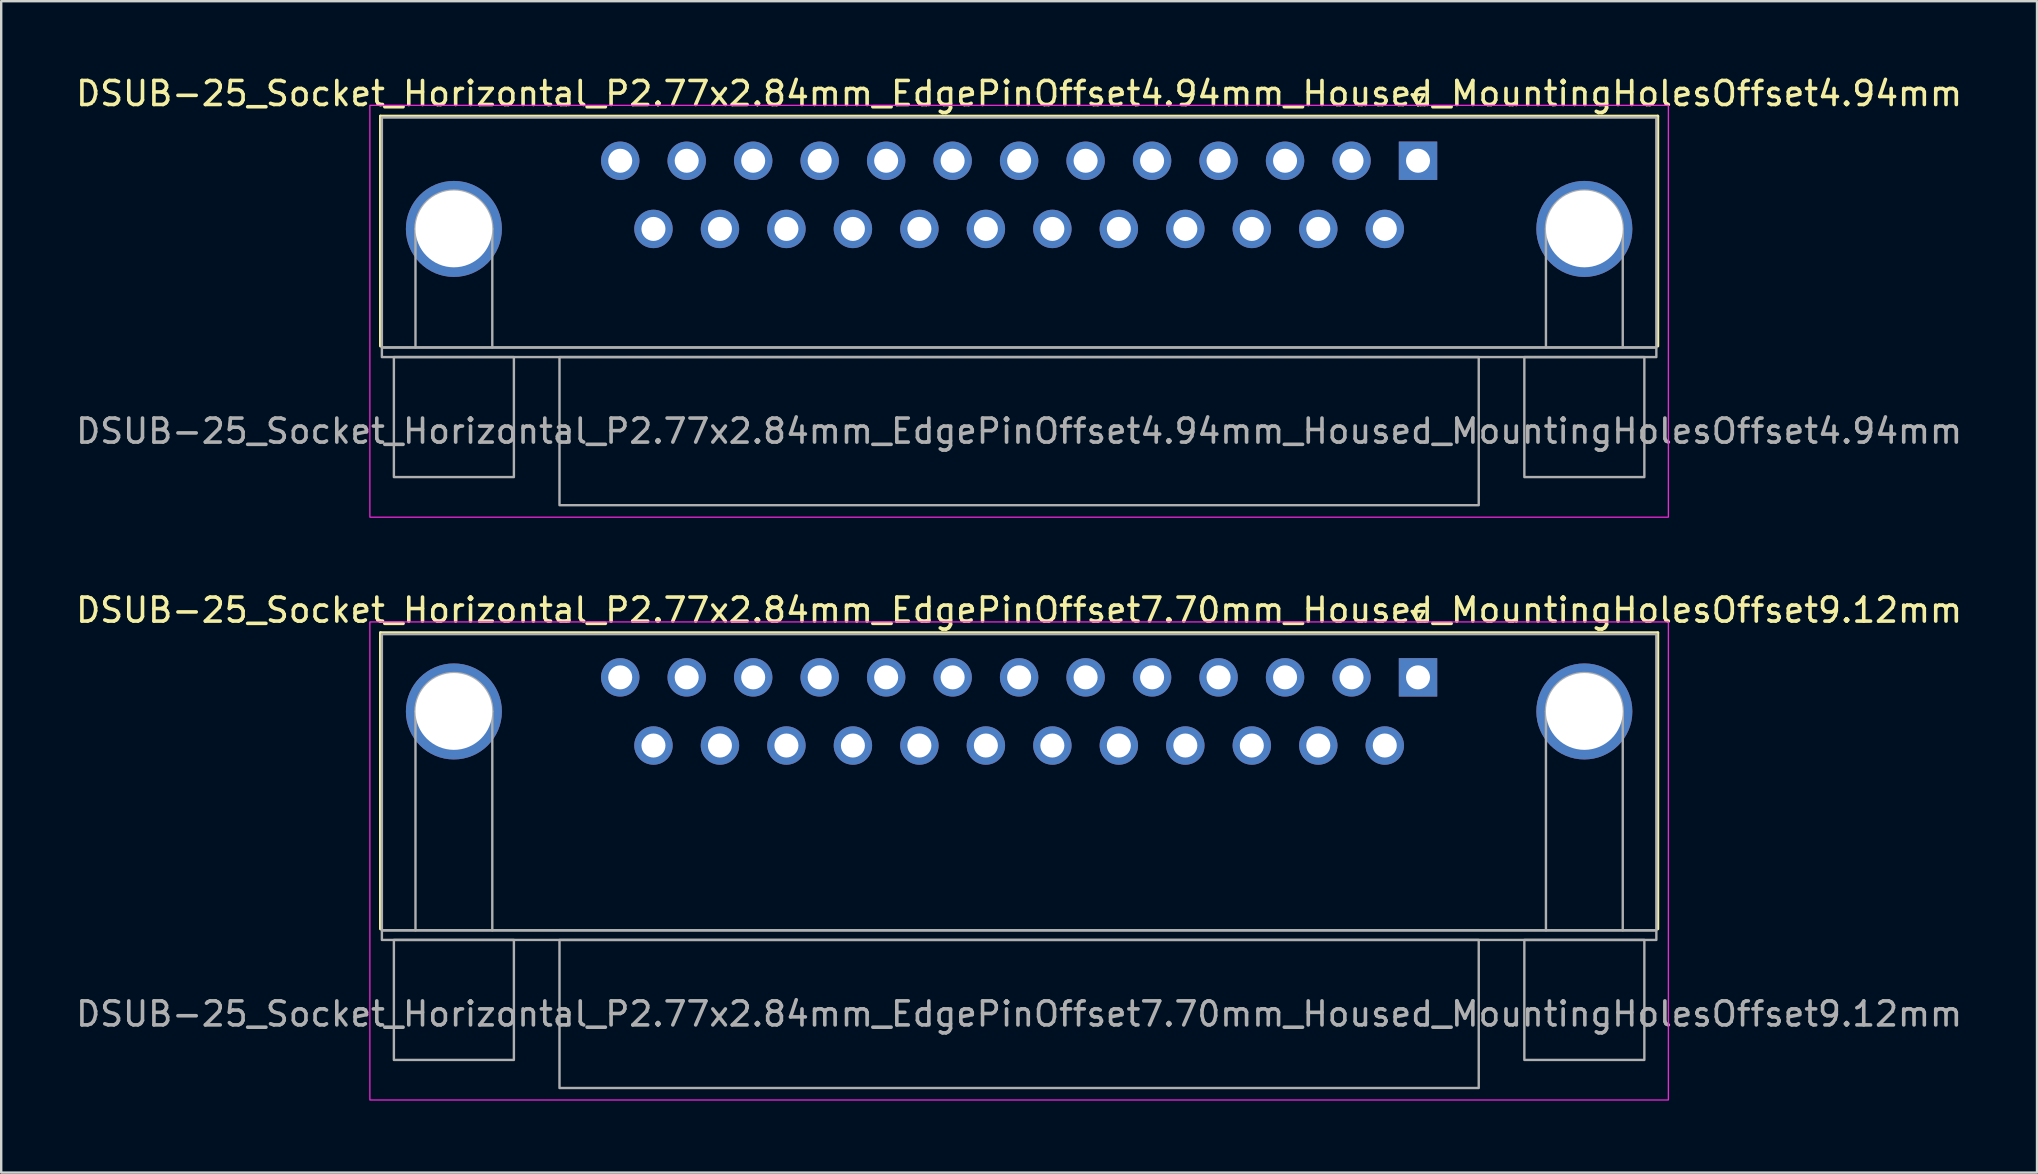
<source format=kicad_pcb>
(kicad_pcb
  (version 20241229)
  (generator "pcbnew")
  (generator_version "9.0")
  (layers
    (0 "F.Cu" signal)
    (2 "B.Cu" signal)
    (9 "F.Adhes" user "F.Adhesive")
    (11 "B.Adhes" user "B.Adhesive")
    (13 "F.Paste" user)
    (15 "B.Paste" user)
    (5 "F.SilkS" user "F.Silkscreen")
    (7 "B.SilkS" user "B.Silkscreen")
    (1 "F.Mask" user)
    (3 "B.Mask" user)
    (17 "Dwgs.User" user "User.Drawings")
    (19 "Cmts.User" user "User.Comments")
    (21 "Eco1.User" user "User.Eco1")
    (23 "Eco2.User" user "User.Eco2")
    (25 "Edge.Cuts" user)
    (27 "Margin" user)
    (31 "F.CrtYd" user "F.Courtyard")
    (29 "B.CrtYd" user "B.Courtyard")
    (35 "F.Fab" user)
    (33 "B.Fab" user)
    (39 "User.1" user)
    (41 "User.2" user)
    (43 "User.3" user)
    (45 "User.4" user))
  (footprint "DSUB-25_Socket_Horizontal_P2.77x2.84mm_EdgePinOffset4.94mm_Housed_MountingHolesOffset4.94mm"
    (layer "F.Cu")
    (at 56.031 3.648)
    (property "Reference" "DSUB-25_Socket_Horizontal_P2.77x2.84mm_EdgePinOffset4.94mm_Housed_MountingHolesOffset4.94mm" (at -16.62 -2.8 0) (layer "F.SilkS") (effects (font (size 1 1) (thickness 0.15))))
    (attr through_hole)
    (fp_line (start -43.23 -1.86) (end 9.99 -1.86) (stroke (width 0.12) (type solid)) (layer "F.SilkS"))
    (fp_line (start -43.23 7.72) (end -43.23 -1.86) (stroke (width 0.12) (type solid)) (layer "F.SilkS"))
    (fp_line (start -0.25 -2.754) (end 0.25 -2.754) (stroke (width 0.12) (type solid)) (layer "F.SilkS"))
    (fp_line (start 0 -2.321) (end -0.25 -2.754) (stroke (width 0.12) (type solid)) (layer "F.SilkS"))
    (fp_line (start 0.25 -2.754) (end 0 -2.321) (stroke (width 0.12) (type solid)) (layer "F.SilkS"))
    (fp_line (start 9.99 -1.86) (end 9.99 7.72) (stroke (width 0.12) (type solid)) (layer "F.SilkS"))
    (fp_rect (start -43.67 -2.31) (end 10.43 14.85) (stroke (width 0.05) (type solid)) (fill no) (layer "F.CrtYd"))
    (fp_line (start -41.77 7.78) (end -41.77 2.84) (stroke (width 0.1) (type solid)) (layer "F.Fab"))
    (fp_line (start -38.57 7.78) (end -38.57 2.84) (stroke (width 0.1) (type solid)) (layer "F.Fab"))
    (fp_line (start 5.33 7.78) (end 5.33 2.84) (stroke (width 0.1) (type solid)) (layer "F.Fab"))
    (fp_line (start 8.53 7.78) (end 8.53 2.84) (stroke (width 0.1) (type solid)) (layer "F.Fab"))
    (fp_rect (start -43.17 -1.8) (end 9.93 7.78) (stroke (width 0.1) (type solid)) (fill no) (layer "F.Fab"))
    (fp_rect (start -43.17 7.78) (end 9.93 8.18) (stroke (width 0.1) (type solid)) (fill no) (layer "F.Fab"))
    (fp_rect (start -42.67 8.18) (end -37.67 13.18) (stroke (width 0.1) (type solid)) (fill no) (layer "F.Fab"))
    (fp_rect (start -35.77 8.18) (end 2.53 14.35) (stroke (width 0.1) (type solid)) (fill no) (layer "F.Fab"))
    (fp_rect (start 4.43 8.18) (end 9.43 13.18) (stroke (width 0.1) (type solid)) (fill no) (layer "F.Fab"))
    (fp_arc (start -41.77 2.84) (mid -40.17 1.24) (end -38.57 2.84) (stroke (width 0.1) (type solid)) (layer "F.Fab"))
    (fp_arc (start 5.33 2.84) (mid 6.93 1.24) (end 8.53 2.84) (stroke (width 0.1) (type solid)) (layer "F.Fab"))
    (fp_text user "${REFERENCE}" (at -16.62 11.265 0) (layer "F.Fab") (effects (font (size 1 1) (thickness 0.15))))
    (pad "1" thru_hole rect (at 0 0) (size 1.6 1.6) (drill 1) (layers "*.Cu" "*.Mask"))
    (pad "2" thru_hole circle (at -2.77 0) (size 1.6 1.6) (drill 1) (layers "*.Cu" "*.Mask"))
    (pad "3" thru_hole circle (at -5.54 0) (size 1.6 1.6) (drill 1) (layers "*.Cu" "*.Mask"))
    (pad "4" thru_hole circle (at -8.31 0) (size 1.6 1.6) (drill 1) (layers "*.Cu" "*.Mask"))
    (pad "5" thru_hole circle (at -11.08 0) (size 1.6 1.6) (drill 1) (layers "*.Cu" "*.Mask"))
    (pad "6" thru_hole circle (at -13.85 0) (size 1.6 1.6) (drill 1) (layers "*.Cu" "*.Mask"))
    (pad "7" thru_hole circle (at -16.62 0) (size 1.6 1.6) (drill 1) (layers "*.Cu" "*.Mask"))
    (pad "8" thru_hole circle (at -19.39 0) (size 1.6 1.6) (drill 1) (layers "*.Cu" "*.Mask"))
    (pad "9" thru_hole circle (at -22.16 0) (size 1.6 1.6) (drill 1) (layers "*.Cu" "*.Mask"))
    (pad "10" thru_hole circle (at -24.93 0) (size 1.6 1.6) (drill 1) (layers "*.Cu" "*.Mask"))
    (pad "11" thru_hole circle (at -27.7 0) (size 1.6 1.6) (drill 1) (layers "*.Cu" "*.Mask"))
    (pad "12" thru_hole circle (at -30.47 0) (size 1.6 1.6) (drill 1) (layers "*.Cu" "*.Mask"))
    (pad "13" thru_hole circle (at -33.24 0) (size 1.6 1.6) (drill 1) (layers "*.Cu" "*.Mask"))
    (pad "14" thru_hole circle (at -1.385 2.84) (size 1.6 1.6) (drill 1) (layers "*.Cu" "*.Mask"))
    (pad "15" thru_hole circle (at -4.155 2.84) (size 1.6 1.6) (drill 1) (layers "*.Cu" "*.Mask"))
    (pad "16" thru_hole circle (at -6.925 2.84) (size 1.6 1.6) (drill 1) (layers "*.Cu" "*.Mask"))
    (pad "17" thru_hole circle (at -9.695 2.84) (size 1.6 1.6) (drill 1) (layers "*.Cu" "*.Mask"))
    (pad "18" thru_hole circle (at -12.465 2.84) (size 1.6 1.6) (drill 1) (layers "*.Cu" "*.Mask"))
    (pad "19" thru_hole circle (at -15.235 2.84) (size 1.6 1.6) (drill 1) (layers "*.Cu" "*.Mask"))
    (pad "20" thru_hole circle (at -18.005 2.84) (size 1.6 1.6) (drill 1) (layers "*.Cu" "*.Mask"))
    (pad "21" thru_hole circle (at -20.775 2.84) (size 1.6 1.6) (drill 1) (layers "*.Cu" "*.Mask"))
    (pad "22" thru_hole circle (at -23.545 2.84) (size 1.6 1.6) (drill 1) (layers "*.Cu" "*.Mask"))
    (pad "23" thru_hole circle (at -26.315 2.84) (size 1.6 1.6) (drill 1) (layers "*.Cu" "*.Mask"))
    (pad "24" thru_hole circle (at -29.085 2.84) (size 1.6 1.6) (drill 1) (layers "*.Cu" "*.Mask"))
    (pad "25" thru_hole circle (at -31.855 2.84) (size 1.6 1.6) (drill 1) (layers "*.Cu" "*.Mask"))
    (pad "SH" thru_hole circle (at -40.17 2.84) (size 4 4) (drill 3.2) (layers "*.Cu" "*.Mask"))
    (pad "SH" thru_hole circle (at 6.93 2.84) (size 4 4) (drill 3.2) (layers "*.Cu" "*.Mask")))
  (footprint "DSUB-25_Socket_Horizontal_P2.77x2.84mm_EdgePinOffset7.70mm_Housed_MountingHolesOffset9.12mm"
    (layer "F.Cu")
    (at 56.031 25.172)
    (property "Reference" "DSUB-25_Socket_Horizontal_P2.77x2.84mm_EdgePinOffset7.70mm_Housed_MountingHolesOffset9.12mm" (at -16.62 -2.8 0) (layer "F.SilkS") (effects (font (size 1 1) (thickness 0.15))))
    (attr through_hole)
    (fp_line (start -43.23 -1.86) (end 9.99 -1.86) (stroke (width 0.12) (type solid)) (layer "F.SilkS"))
    (fp_line (start -43.23 10.48) (end -43.23 -1.86) (stroke (width 0.12) (type solid)) (layer "F.SilkS"))
    (fp_line (start -0.25 -2.754) (end 0.25 -2.754) (stroke (width 0.12) (type solid)) (layer "F.SilkS"))
    (fp_line (start 0 -2.321) (end -0.25 -2.754) (stroke (width 0.12) (type solid)) (layer "F.SilkS"))
    (fp_line (start 0.25 -2.754) (end 0 -2.321) (stroke (width 0.12) (type solid)) (layer "F.SilkS"))
    (fp_line (start 9.99 -1.86) (end 9.99 10.48) (stroke (width 0.12) (type solid)) (layer "F.SilkS"))
    (fp_rect (start -43.67 -2.31) (end 10.43 17.61) (stroke (width 0.05) (type solid)) (fill no) (layer "F.CrtYd"))
    (fp_line (start -41.77 10.54) (end -41.77 1.42) (stroke (width 0.1) (type solid)) (layer "F.Fab"))
    (fp_line (start -38.57 10.54) (end -38.57 1.42) (stroke (width 0.1) (type solid)) (layer "F.Fab"))
    (fp_line (start 5.33 10.54) (end 5.33 1.42) (stroke (width 0.1) (type solid)) (layer "F.Fab"))
    (fp_line (start 8.53 10.54) (end 8.53 1.42) (stroke (width 0.1) (type solid)) (layer "F.Fab"))
    (fp_rect (start -43.17 -1.8) (end 9.93 10.54) (stroke (width 0.1) (type solid)) (fill no) (layer "F.Fab"))
    (fp_rect (start -43.17 10.54) (end 9.93 10.94) (stroke (width 0.1) (type solid)) (fill no) (layer "F.Fab"))
    (fp_rect (start -42.67 10.94) (end -37.67 15.94) (stroke (width 0.1) (type solid)) (fill no) (layer "F.Fab"))
    (fp_rect (start -35.77 10.94) (end 2.53 17.11) (stroke (width 0.1) (type solid)) (fill no) (layer "F.Fab"))
    (fp_rect (start 4.43 10.94) (end 9.43 15.94) (stroke (width 0.1) (type solid)) (fill no) (layer "F.Fab"))
    (fp_arc (start -41.77 1.42) (mid -40.17 -0.18) (end -38.57 1.42) (stroke (width 0.1) (type solid)) (layer "F.Fab"))
    (fp_arc (start 5.33 1.42) (mid 6.93 -0.18) (end 8.53 1.42) (stroke (width 0.1) (type solid)) (layer "F.Fab"))
    (fp_text user "${REFERENCE}" (at -16.62 14.025 0) (layer "F.Fab") (effects (font (size 1 1) (thickness 0.15))))
    (pad "1" thru_hole rect (at 0 0) (size 1.6 1.6) (drill 1) (layers "*.Cu" "*.Mask"))
    (pad "2" thru_hole circle (at -2.77 0) (size 1.6 1.6) (drill 1) (layers "*.Cu" "*.Mask"))
    (pad "3" thru_hole circle (at -5.54 0) (size 1.6 1.6) (drill 1) (layers "*.Cu" "*.Mask"))
    (pad "4" thru_hole circle (at -8.31 0) (size 1.6 1.6) (drill 1) (layers "*.Cu" "*.Mask"))
    (pad "5" thru_hole circle (at -11.08 0) (size 1.6 1.6) (drill 1) (layers "*.Cu" "*.Mask"))
    (pad "6" thru_hole circle (at -13.85 0) (size 1.6 1.6) (drill 1) (layers "*.Cu" "*.Mask"))
    (pad "7" thru_hole circle (at -16.62 0) (size 1.6 1.6) (drill 1) (layers "*.Cu" "*.Mask"))
    (pad "8" thru_hole circle (at -19.39 0) (size 1.6 1.6) (drill 1) (layers "*.Cu" "*.Mask"))
    (pad "9" thru_hole circle (at -22.16 0) (size 1.6 1.6) (drill 1) (layers "*.Cu" "*.Mask"))
    (pad "10" thru_hole circle (at -24.93 0) (size 1.6 1.6) (drill 1) (layers "*.Cu" "*.Mask"))
    (pad "11" thru_hole circle (at -27.7 0) (size 1.6 1.6) (drill 1) (layers "*.Cu" "*.Mask"))
    (pad "12" thru_hole circle (at -30.47 0) (size 1.6 1.6) (drill 1) (layers "*.Cu" "*.Mask"))
    (pad "13" thru_hole circle (at -33.24 0) (size 1.6 1.6) (drill 1) (layers "*.Cu" "*.Mask"))
    (pad "14" thru_hole circle (at -1.385 2.84) (size 1.6 1.6) (drill 1) (layers "*.Cu" "*.Mask"))
    (pad "15" thru_hole circle (at -4.155 2.84) (size 1.6 1.6) (drill 1) (layers "*.Cu" "*.Mask"))
    (pad "16" thru_hole circle (at -6.925 2.84) (size 1.6 1.6) (drill 1) (layers "*.Cu" "*.Mask"))
    (pad "17" thru_hole circle (at -9.695 2.84) (size 1.6 1.6) (drill 1) (layers "*.Cu" "*.Mask"))
    (pad "18" thru_hole circle (at -12.465 2.84) (size 1.6 1.6) (drill 1) (layers "*.Cu" "*.Mask"))
    (pad "19" thru_hole circle (at -15.235 2.84) (size 1.6 1.6) (drill 1) (layers "*.Cu" "*.Mask"))
    (pad "20" thru_hole circle (at -18.005 2.84) (size 1.6 1.6) (drill 1) (layers "*.Cu" "*.Mask"))
    (pad "21" thru_hole circle (at -20.775 2.84) (size 1.6 1.6) (drill 1) (layers "*.Cu" "*.Mask"))
    (pad "22" thru_hole circle (at -23.545 2.84) (size 1.6 1.6) (drill 1) (layers "*.Cu" "*.Mask"))
    (pad "23" thru_hole circle (at -26.315 2.84) (size 1.6 1.6) (drill 1) (layers "*.Cu" "*.Mask"))
    (pad "24" thru_hole circle (at -29.085 2.84) (size 1.6 1.6) (drill 1) (layers "*.Cu" "*.Mask"))
    (pad "25" thru_hole circle (at -31.855 2.84) (size 1.6 1.6) (drill 1) (layers "*.Cu" "*.Mask"))
    (pad "SH" thru_hole circle (at -40.17 1.42) (size 4 4) (drill 3.2) (layers "*.Cu" "*.Mask"))
    (pad "SH" thru_hole circle (at 6.93 1.42) (size 4 4) (drill 3.2) (layers "*.Cu" "*.Mask")))
  (gr_rect
    (start -3 -3)
    (end 81.821 45.806)
    (stroke (width 0.1) (type default))
    (fill no)
    (layer "Edge.Cuts")))
</source>
